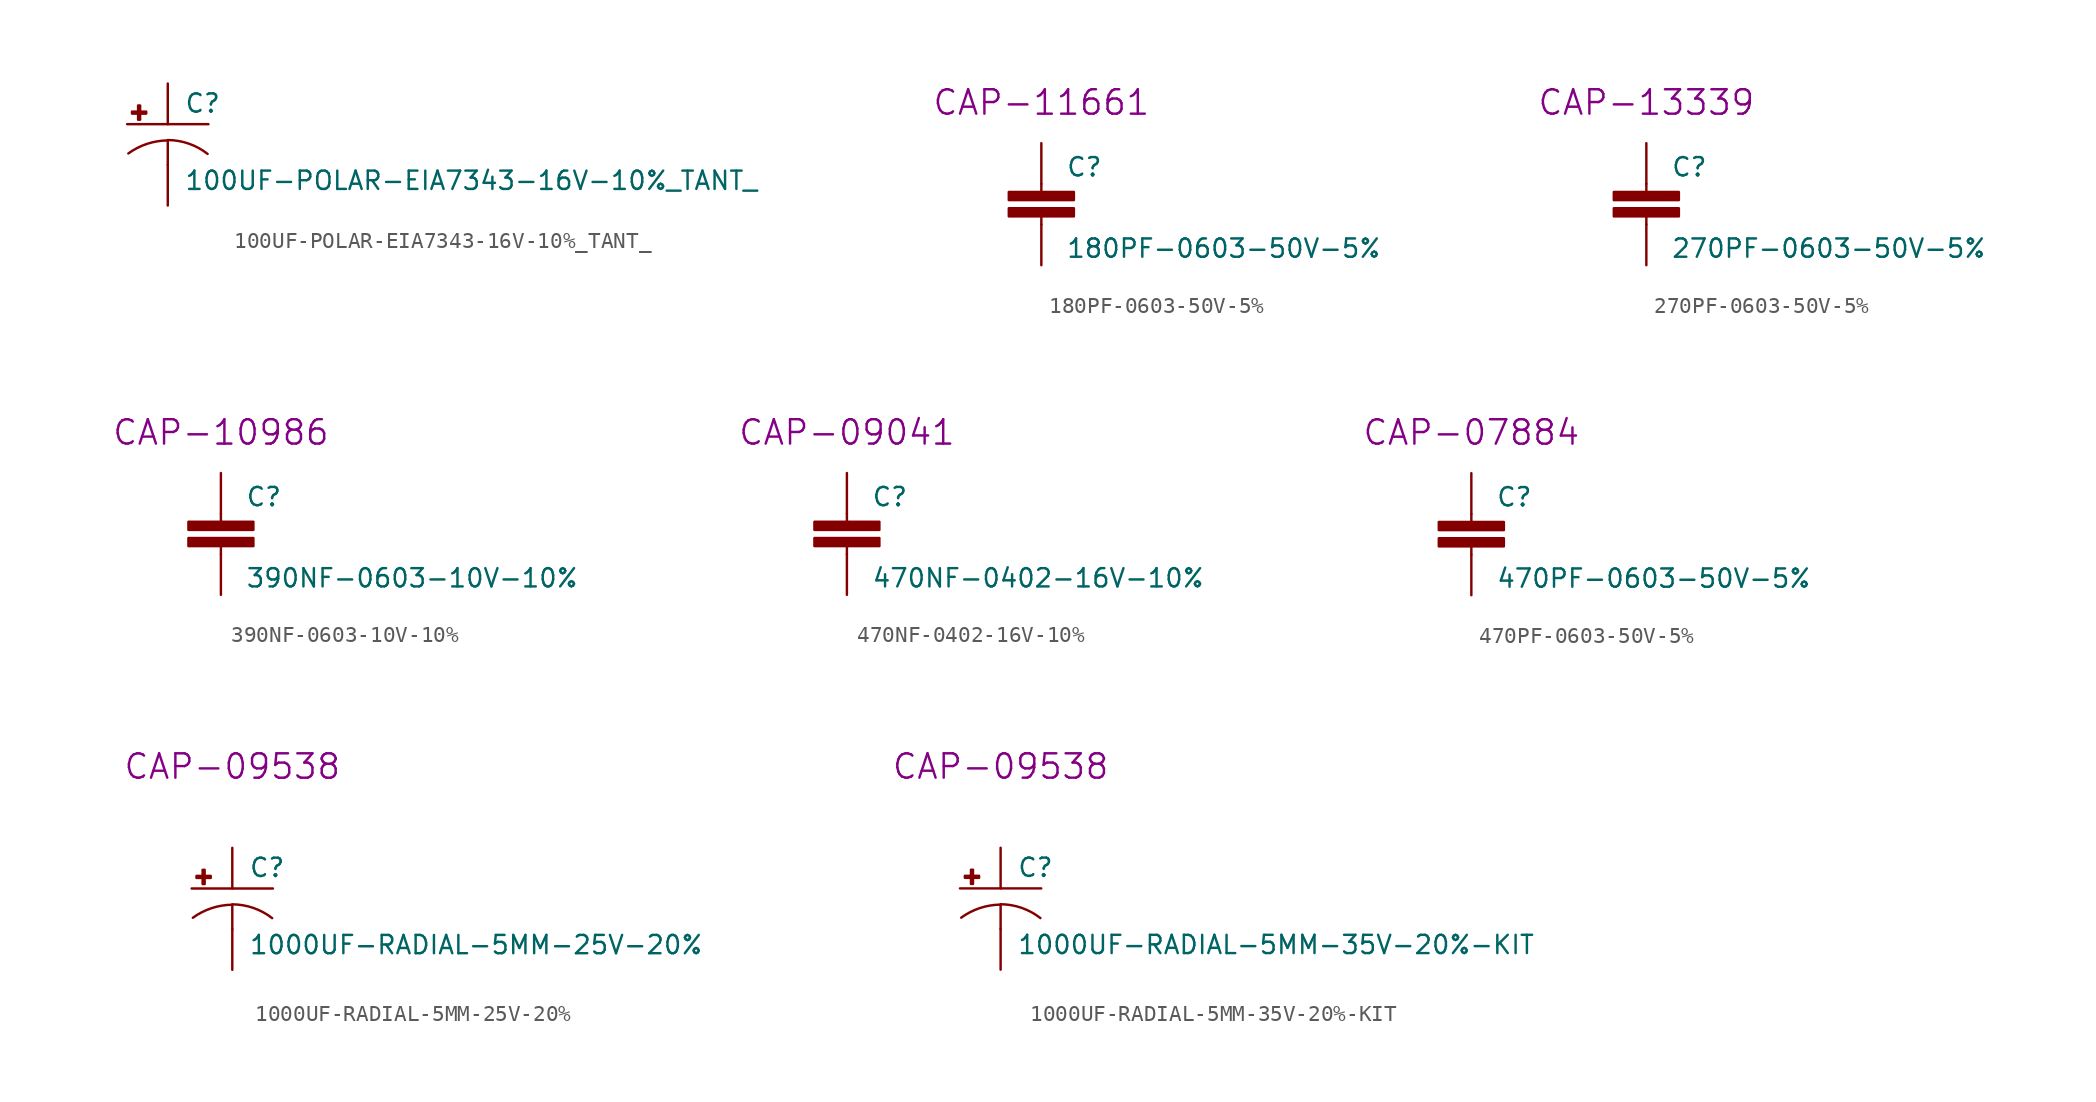
<source format=kicad_sym>
(kicad_symbol_lib
  (version 20211014)
  (generator kicad_symbol_editor)
  (symbol "100UF-POLAR-EIA7343-16V-10%_TANT_"
    (pin_numbers hide)
    (pin_names
      (offset 1.016) hide)
    (property "Reference" "C"
      (at 1.016 0.635 0)
      (effects (font (size 1.143 1.143)) (justify left bottom)))
    (property "Value" "100UF-POLAR-EIA7343-16V-10%_TANT_"
      (at 1.016 -4.191 0)
      (effects (font (size 1.143 1.143)) (justify left bottom)))
    (property "ki_locked" ""
      (at 0 0 0)
      (effects (font (size 1.27 1.27))))
    (symbol "100UF-POLAR-EIA7343-16V-10%_TANT__1_0"
      (polyline (pts (xy -2.54 0) (xy 2.54 0)) (stroke (width 0) (type default) (color 0 0 0 0)) (fill (type none)))
      (polyline (pts (xy 0 -1.016) (xy 0 -2.54)) (stroke (width 0) (type default) (color 0 0 0 0)) (fill (type none))))
    (symbol "100UF-POLAR-EIA7343-16V-10%_TANT__1_1"
      (rectangle (start -2.235 0.66) (end -1.346 0.787) (stroke (width 0) (type default) (color 0 0 0 0)) (fill (type outline)))
      (rectangle (start -1.854 0.279) (end -1.727 1.168) (stroke (width 0) (type default) (color 0 0 0 0)) (fill (type outline)))
      (arc (start 0 -1.016) (mid -1.2939 -1.2289) (end -2.4638 -1.8288) (stroke (width 0) (type default) (color 0 0 0 0)) (fill (type none)))
      (arc (start 2.4892 -1.8542) (mid 1.3167 -1.2157) (end 0 -0.9906) (stroke (width 0) (type default) (color 0 0 0 0)) (fill (type none)))
      (pin passive line (at 0 2.54 270) (length 2.54) (name "+" (effects (font (size 1.016 1.016)))) (number "A" (effects (font (size 1.016 1.016)))))
      (pin passive line (at 0 -5.08 90) (length 2.54) (name "-" (effects (font (size 1.016 1.016)))) (number "C" (effects (font (size 1.016 1.016)))))))
  (symbol "180PF-0603-50V-5%"
    (pin_numbers hide)
    (pin_names
      (offset 1.016) hide)
    (property "Reference" "C"
      (at 1.524 2.921 0)
      (effects (font (size 1.143 1.143)) (justify left bottom)))
    (property "Value" "180PF-0603-50V-5%"
      (at 1.524 -2.159 0)
      (effects (font (size 1.143 1.143)) (justify left bottom)))
    (property "Field4" "CAP-11661"
      (at 0 7.62 0)
      (effects (font (size 1.524 1.524))))
    (property "ki_locked" ""
      (at 0 0 0)
      (effects (font (size 1.27 1.27))))
    (symbol "180PF-0603-50V-5%_1_0"
      (polyline (pts (xy 0 0) (xy 0 0.508)) (stroke (width 0) (type default) (color 0 0 0 0)) (fill (type none)))
      (polyline (pts (xy 0 2.54) (xy 0 2.032)) (stroke (width 0) (type default) (color 0 0 0 0)) (fill (type none))))
    (symbol "180PF-0603-50V-5%_1_1"
      (rectangle (start -2.032 0.508) (end 2.032 1.016) (stroke (width 0) (type default) (color 0 0 0 0)) (fill (type outline)))
      (rectangle (start -2.032 1.524) (end 2.032 2.032) (stroke (width 0) (type default) (color 0 0 0 0)) (fill (type outline)))
      (pin passive line (at 0 5.08 270) (length 2.54) (name "1" (effects (font (size 1.016 1.016)))) (number "1" (effects (font (size 1.016 1.016)))))
      (pin passive line (at 0 -2.54 90) (length 2.54) (name "2" (effects (font (size 1.016 1.016)))) (number "2" (effects (font (size 1.016 1.016)))))))
  (symbol "270PF-0603-50V-5%"
    (pin_numbers hide)
    (pin_names
      (offset 1.016) hide)
    (property "Reference" "C"
      (at 1.524 2.921 0)
      (effects (font (size 1.143 1.143)) (justify left bottom)))
    (property "Value" "270PF-0603-50V-5%"
      (at 1.524 -2.159 0)
      (effects (font (size 1.143 1.143)) (justify left bottom)))
    (property "Field4" "CAP-13339"
      (at 0 7.62 0)
      (effects (font (size 1.524 1.524))))
    (property "ki_locked" ""
      (at 0 0 0)
      (effects (font (size 1.27 1.27))))
    (symbol "270PF-0603-50V-5%_1_0"
      (polyline (pts (xy 0 0) (xy 0 0.508)) (stroke (width 0) (type default) (color 0 0 0 0)) (fill (type none)))
      (polyline (pts (xy 0 2.54) (xy 0 2.032)) (stroke (width 0) (type default) (color 0 0 0 0)) (fill (type none))))
    (symbol "270PF-0603-50V-5%_1_1"
      (rectangle (start -2.032 0.508) (end 2.032 1.016) (stroke (width 0) (type default) (color 0 0 0 0)) (fill (type outline)))
      (rectangle (start -2.032 1.524) (end 2.032 2.032) (stroke (width 0) (type default) (color 0 0 0 0)) (fill (type outline)))
      (pin passive line (at 0 5.08 270) (length 2.54) (name "1" (effects (font (size 1.016 1.016)))) (number "1" (effects (font (size 1.016 1.016)))))
      (pin passive line (at 0 -2.54 90) (length 2.54) (name "2" (effects (font (size 1.016 1.016)))) (number "2" (effects (font (size 1.016 1.016)))))))
  (symbol "390NF-0603-10V-10%"
    (pin_numbers hide)
    (pin_names
      (offset 1.016) hide)
    (property "Reference" "C"
      (at 1.524 2.921 0)
      (effects (font (size 1.143 1.143)) (justify left bottom)))
    (property "Value" "390NF-0603-10V-10%"
      (at 1.524 -2.159 0)
      (effects (font (size 1.143 1.143)) (justify left bottom)))
    (property "Field4" "CAP-10986"
      (at 0 7.62 0)
      (effects (font (size 1.524 1.524))))
    (property "ki_locked" ""
      (at 0 0 0)
      (effects (font (size 1.27 1.27))))
    (symbol "390NF-0603-10V-10%_1_0"
      (polyline (pts (xy 0 0) (xy 0 0.508)) (stroke (width 0) (type default) (color 0 0 0 0)) (fill (type none)))
      (polyline (pts (xy 0 2.54) (xy 0 2.032)) (stroke (width 0) (type default) (color 0 0 0 0)) (fill (type none))))
    (symbol "390NF-0603-10V-10%_1_1"
      (rectangle (start -2.032 0.508) (end 2.032 1.016) (stroke (width 0) (type default) (color 0 0 0 0)) (fill (type outline)))
      (rectangle (start -2.032 1.524) (end 2.032 2.032) (stroke (width 0) (type default) (color 0 0 0 0)) (fill (type outline)))
      (pin passive line (at 0 5.08 270) (length 2.54) (name "1" (effects (font (size 1.016 1.016)))) (number "1" (effects (font (size 1.016 1.016)))))
      (pin passive line (at 0 -2.54 90) (length 2.54) (name "2" (effects (font (size 1.016 1.016)))) (number "2" (effects (font (size 1.016 1.016)))))))
  (symbol "470NF-0402-16V-10%"
    (pin_numbers hide)
    (pin_names
      (offset 1.016) hide)
    (property "Reference" "C"
      (at 1.524 2.921 0)
      (effects (font (size 1.143 1.143)) (justify left bottom)))
    (property "Value" "470NF-0402-16V-10%"
      (at 1.524 -2.159 0)
      (effects (font (size 1.143 1.143)) (justify left bottom)))
    (property "Field4" "CAP-09041"
      (at 0 7.62 0)
      (effects (font (size 1.524 1.524))))
    (property "ki_locked" ""
      (at 0 0 0)
      (effects (font (size 1.27 1.27))))
    (symbol "470NF-0402-16V-10%_1_0"
      (polyline (pts (xy 0 0) (xy 0 0.508)) (stroke (width 0) (type default) (color 0 0 0 0)) (fill (type none)))
      (polyline (pts (xy 0 2.54) (xy 0 2.032)) (stroke (width 0) (type default) (color 0 0 0 0)) (fill (type none))))
    (symbol "470NF-0402-16V-10%_1_1"
      (rectangle (start -2.032 0.508) (end 2.032 1.016) (stroke (width 0) (type default) (color 0 0 0 0)) (fill (type outline)))
      (rectangle (start -2.032 1.524) (end 2.032 2.032) (stroke (width 0) (type default) (color 0 0 0 0)) (fill (type outline)))
      (pin passive line (at 0 5.08 270) (length 2.54) (name "1" (effects (font (size 1.016 1.016)))) (number "1" (effects (font (size 1.016 1.016)))))
      (pin passive line (at 0 -2.54 90) (length 2.54) (name "2" (effects (font (size 1.016 1.016)))) (number "2" (effects (font (size 1.016 1.016)))))))
  (symbol "470PF-0603-50V-5%"
    (pin_numbers hide)
    (pin_names
      (offset 1.016) hide)
    (property "Reference" "C"
      (at 1.524 2.921 0)
      (effects (font (size 1.143 1.143)) (justify left bottom)))
    (property "Value" "470PF-0603-50V-5%"
      (at 1.524 -2.159 0)
      (effects (font (size 1.143 1.143)) (justify left bottom)))
    (property "Field4" "CAP-07884"
      (at 0 7.62 0)
      (effects (font (size 1.524 1.524))))
    (property "ki_locked" ""
      (at 0 0 0)
      (effects (font (size 1.27 1.27))))
    (symbol "470PF-0603-50V-5%_1_0"
      (polyline (pts (xy 0 0) (xy 0 0.508)) (stroke (width 0) (type default) (color 0 0 0 0)) (fill (type none)))
      (polyline (pts (xy 0 2.54) (xy 0 2.032)) (stroke (width 0) (type default) (color 0 0 0 0)) (fill (type none))))
    (symbol "470PF-0603-50V-5%_1_1"
      (rectangle (start -2.032 0.508) (end 2.032 1.016) (stroke (width 0) (type default) (color 0 0 0 0)) (fill (type outline)))
      (rectangle (start -2.032 1.524) (end 2.032 2.032) (stroke (width 0) (type default) (color 0 0 0 0)) (fill (type outline)))
      (pin passive line (at 0 5.08 270) (length 2.54) (name "1" (effects (font (size 1.016 1.016)))) (number "1" (effects (font (size 1.016 1.016)))))
      (pin passive line (at 0 -2.54 90) (length 2.54) (name "2" (effects (font (size 1.016 1.016)))) (number "2" (effects (font (size 1.016 1.016)))))))
  (symbol "1000UF-RADIAL-5MM-25V-20%"
    (pin_numbers hide)
    (pin_names
      (offset 1.016) hide)
    (property "Reference" "C"
      (at 1.016 0.635 0)
      (effects (font (size 1.143 1.143)) (justify left bottom)))
    (property "Value" "1000UF-RADIAL-5MM-25V-20%"
      (at 1.016 -4.191 0)
      (effects (font (size 1.143 1.143)) (justify left bottom)))
    (property "Field4" "CAP-09538"
      (at 0 7.62 0)
      (effects (font (size 1.524 1.524))))
    (property "ki_locked" ""
      (at 0 0 0)
      (effects (font (size 1.27 1.27))))
    (symbol "1000UF-RADIAL-5MM-25V-20%_1_0"
      (polyline (pts (xy -2.54 0) (xy 2.54 0)) (stroke (width 0) (type default) (color 0 0 0 0)) (fill (type none)))
      (polyline (pts (xy 0 -1.016) (xy 0 -2.54)) (stroke (width 0) (type default) (color 0 0 0 0)) (fill (type none))))
    (symbol "1000UF-RADIAL-5MM-25V-20%_1_1"
      (rectangle (start -2.235 0.66) (end -1.346 0.787) (stroke (width 0) (type default) (color 0 0 0 0)) (fill (type outline)))
      (rectangle (start -1.854 0.279) (end -1.727 1.168) (stroke (width 0) (type default) (color 0 0 0 0)) (fill (type outline)))
      (arc (start 0 -1.016) (mid -1.2939 -1.2289) (end -2.4638 -1.8288) (stroke (width 0) (type default) (color 0 0 0 0)) (fill (type none)))
      (arc (start 2.4892 -1.8542) (mid 1.3167 -1.2157) (end 0 -0.9906) (stroke (width 0) (type default) (color 0 0 0 0)) (fill (type none)))
      (pin passive line (at 0 2.54 270) (length 2.54) (name "+" (effects (font (size 1.016 1.016)))) (number "+" (effects (font (size 1.016 1.016)))))
      (pin passive line (at 0 -5.08 90) (length 2.54) (name "-" (effects (font (size 1.016 1.016)))) (number "-" (effects (font (size 1.016 1.016)))))))
  (symbol "1000UF-RADIAL-5MM-35V-20%-KIT"
    (pin_numbers hide)
    (pin_names
      (offset 1.016) hide)
    (property "Reference" "C"
      (at 1.016 0.635 0)
      (effects (font (size 1.143 1.143)) (justify left bottom)))
    (property "Value" "1000UF-RADIAL-5MM-35V-20%-KIT"
      (at 1.016 -4.191 0)
      (effects (font (size 1.143 1.143)) (justify left bottom)))
    (property "Field4" "CAP-09538"
      (at 0 7.62 0)
      (effects (font (size 1.524 1.524))))
    (property "ki_locked" ""
      (at 0 0 0)
      (effects (font (size 1.27 1.27))))
    (symbol "1000UF-RADIAL-5MM-35V-20%-KIT_1_0"
      (polyline (pts (xy -2.54 0) (xy 2.54 0)) (stroke (width 0) (type default) (color 0 0 0 0)) (fill (type none)))
      (polyline (pts (xy 0 -1.016) (xy 0 -2.54)) (stroke (width 0) (type default) (color 0 0 0 0)) (fill (type none))))
    (symbol "1000UF-RADIAL-5MM-35V-20%-KIT_1_1"
      (rectangle (start -2.235 0.66) (end -1.346 0.787) (stroke (width 0) (type default) (color 0 0 0 0)) (fill (type outline)))
      (rectangle (start -1.854 0.279) (end -1.727 1.168) (stroke (width 0) (type default) (color 0 0 0 0)) (fill (type outline)))
      (arc (start 0 -1.016) (mid -1.2939 -1.2289) (end -2.4638 -1.8288) (stroke (width 0) (type default) (color 0 0 0 0)) (fill (type none)))
      (arc (start 2.4892 -1.8542) (mid 1.3167 -1.2157) (end 0 -0.9906) (stroke (width 0) (type default) (color 0 0 0 0)) (fill (type none)))
      (pin passive line (at 0 2.54 270) (length 2.54) (name "+" (effects (font (size 1.016 1.016)))) (number "+" (effects (font (size 1.016 1.016)))))
      (pin passive line (at 0 -5.08 90) (length 2.54) (name "-" (effects (font (size 1.016 1.016)))) (number "-" (effects (font (size 1.016 1.016))))))))
</source>
